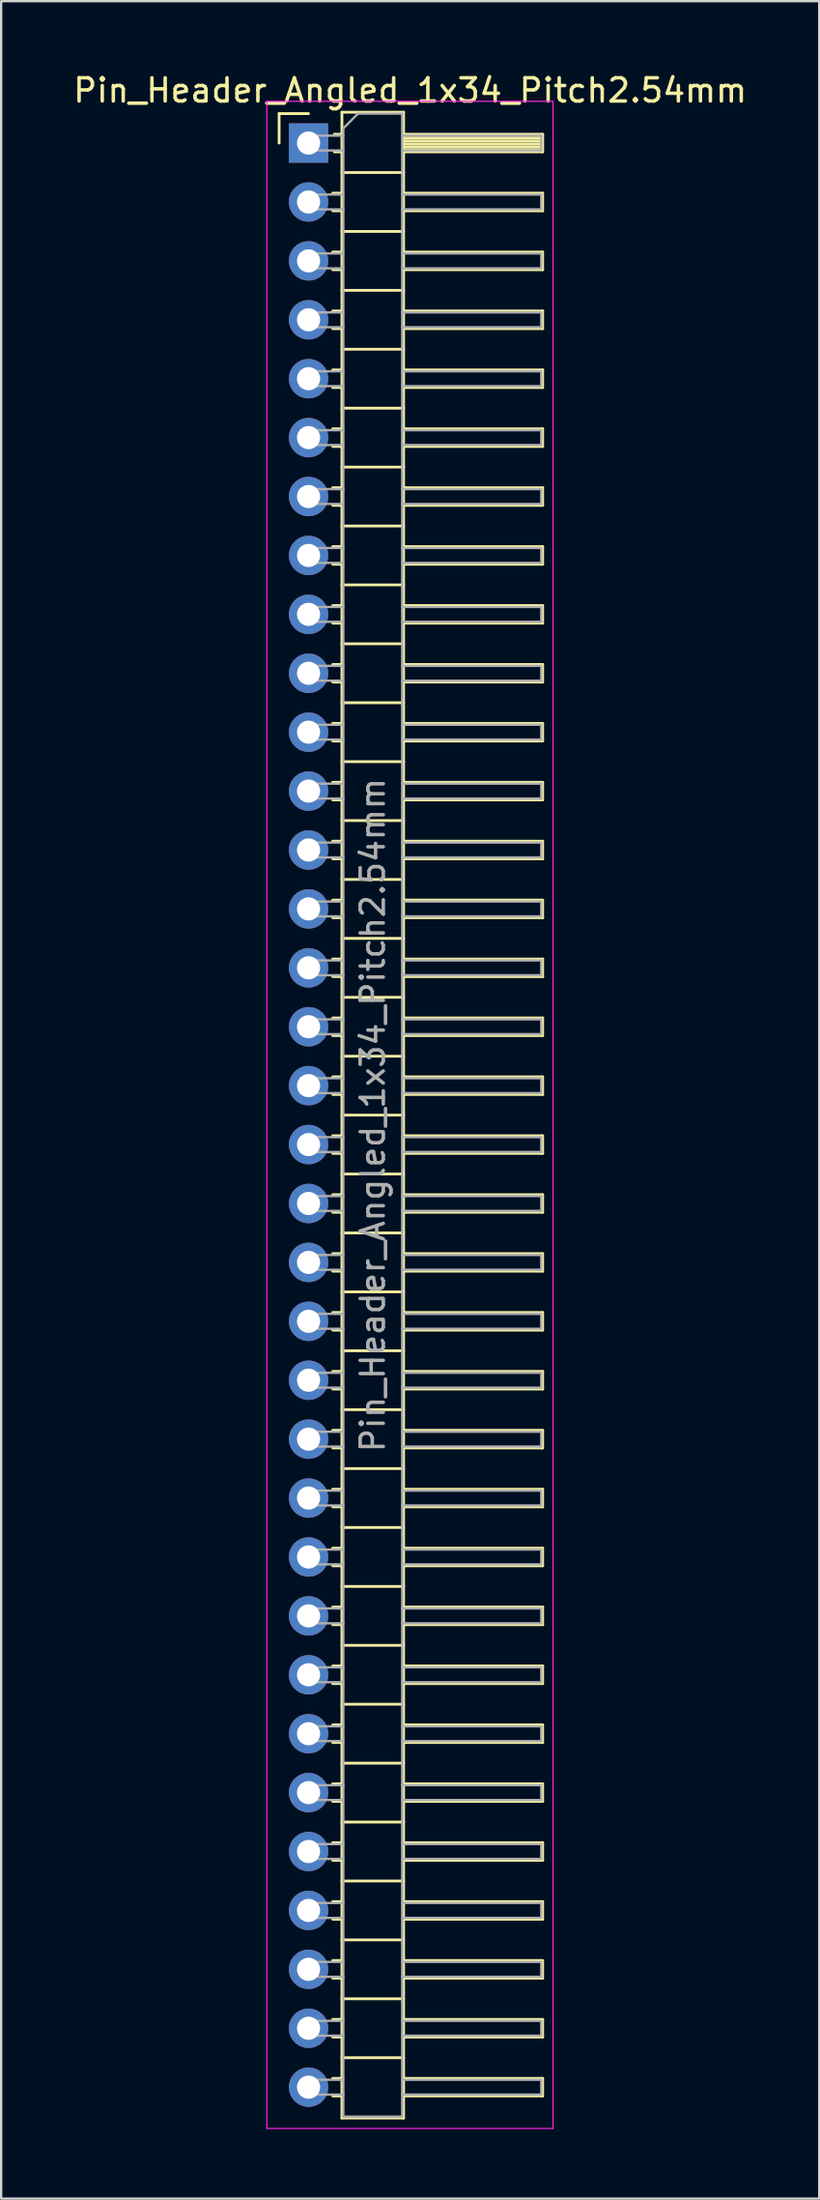
<source format=kicad_pcb>
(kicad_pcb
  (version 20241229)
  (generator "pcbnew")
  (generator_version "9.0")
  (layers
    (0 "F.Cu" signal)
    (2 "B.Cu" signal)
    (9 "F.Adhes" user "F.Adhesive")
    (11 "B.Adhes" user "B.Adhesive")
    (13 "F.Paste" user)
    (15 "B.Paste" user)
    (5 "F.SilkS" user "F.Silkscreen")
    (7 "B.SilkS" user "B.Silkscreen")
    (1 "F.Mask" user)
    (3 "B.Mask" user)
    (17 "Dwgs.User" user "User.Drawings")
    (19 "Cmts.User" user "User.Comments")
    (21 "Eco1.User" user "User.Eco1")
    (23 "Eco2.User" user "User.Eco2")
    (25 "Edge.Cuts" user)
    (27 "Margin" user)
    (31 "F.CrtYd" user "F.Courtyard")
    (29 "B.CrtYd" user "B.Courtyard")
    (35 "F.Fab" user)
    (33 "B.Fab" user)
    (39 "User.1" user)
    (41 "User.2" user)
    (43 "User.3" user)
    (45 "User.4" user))
  (footprint "Pin_Header_Angled_1x34_Pitch2.54mm"
    (layer "F.Cu")
    (at 10.264 3.118)
    (property "Reference" "Pin_Header_Angled_1x34_Pitch2.54mm" (at 4.385 -2.27 0) (layer "F.SilkS") (effects (font (size 1 1) (thickness 0.15))))
    (attr through_hole)
    (fp_line (start -1.27 -1.27) (end 0 -1.27) (stroke (width 0.12) (type solid)) (layer "F.SilkS"))
    (fp_line (start -1.27 0) (end -1.27 -1.27) (stroke (width 0.12) (type solid)) (layer "F.SilkS"))
    (fp_line (start 1.043 2.16) (end 1.44 2.16) (stroke (width 0.12) (type solid)) (layer "F.SilkS"))
    (fp_line (start 1.043 2.92) (end 1.44 2.92) (stroke (width 0.12) (type solid)) (layer "F.SilkS"))
    (fp_line (start 1.043 4.7) (end 1.44 4.7) (stroke (width 0.12) (type solid)) (layer "F.SilkS"))
    (fp_line (start 1.043 5.46) (end 1.44 5.46) (stroke (width 0.12) (type solid)) (layer "F.SilkS"))
    (fp_line (start 1.043 7.24) (end 1.44 7.24) (stroke (width 0.12) (type solid)) (layer "F.SilkS"))
    (fp_line (start 1.043 8) (end 1.44 8) (stroke (width 0.12) (type solid)) (layer "F.SilkS"))
    (fp_line (start 1.043 9.78) (end 1.44 9.78) (stroke (width 0.12) (type solid)) (layer "F.SilkS"))
    (fp_line (start 1.043 10.54) (end 1.44 10.54) (stroke (width 0.12) (type solid)) (layer "F.SilkS"))
    (fp_line (start 1.043 12.32) (end 1.44 12.32) (stroke (width 0.12) (type solid)) (layer "F.SilkS"))
    (fp_line (start 1.043 13.08) (end 1.44 13.08) (stroke (width 0.12) (type solid)) (layer "F.SilkS"))
    (fp_line (start 1.043 14.86) (end 1.44 14.86) (stroke (width 0.12) (type solid)) (layer "F.SilkS"))
    (fp_line (start 1.043 15.62) (end 1.44 15.62) (stroke (width 0.12) (type solid)) (layer "F.SilkS"))
    (fp_line (start 1.043 17.4) (end 1.44 17.4) (stroke (width 0.12) (type solid)) (layer "F.SilkS"))
    (fp_line (start 1.043 18.16) (end 1.44 18.16) (stroke (width 0.12) (type solid)) (layer "F.SilkS"))
    (fp_line (start 1.043 19.94) (end 1.44 19.94) (stroke (width 0.12) (type solid)) (layer "F.SilkS"))
    (fp_line (start 1.043 20.7) (end 1.44 20.7) (stroke (width 0.12) (type solid)) (layer "F.SilkS"))
    (fp_line (start 1.043 22.48) (end 1.44 22.48) (stroke (width 0.12) (type solid)) (layer "F.SilkS"))
    (fp_line (start 1.043 23.24) (end 1.44 23.24) (stroke (width 0.12) (type solid)) (layer "F.SilkS"))
    (fp_line (start 1.043 25.02) (end 1.44 25.02) (stroke (width 0.12) (type solid)) (layer "F.SilkS"))
    (fp_line (start 1.043 25.78) (end 1.44 25.78) (stroke (width 0.12) (type solid)) (layer "F.SilkS"))
    (fp_line (start 1.043 27.56) (end 1.44 27.56) (stroke (width 0.12) (type solid)) (layer "F.SilkS"))
    (fp_line (start 1.043 28.32) (end 1.44 28.32) (stroke (width 0.12) (type solid)) (layer "F.SilkS"))
    (fp_line (start 1.043 30.1) (end 1.44 30.1) (stroke (width 0.12) (type solid)) (layer "F.SilkS"))
    (fp_line (start 1.043 30.86) (end 1.44 30.86) (stroke (width 0.12) (type solid)) (layer "F.SilkS"))
    (fp_line (start 1.043 32.64) (end 1.44 32.64) (stroke (width 0.12) (type solid)) (layer "F.SilkS"))
    (fp_line (start 1.043 33.4) (end 1.44 33.4) (stroke (width 0.12) (type solid)) (layer "F.SilkS"))
    (fp_line (start 1.043 35.18) (end 1.44 35.18) (stroke (width 0.12) (type solid)) (layer "F.SilkS"))
    (fp_line (start 1.043 35.94) (end 1.44 35.94) (stroke (width 0.12) (type solid)) (layer "F.SilkS"))
    (fp_line (start 1.043 37.72) (end 1.44 37.72) (stroke (width 0.12) (type solid)) (layer "F.SilkS"))
    (fp_line (start 1.043 38.48) (end 1.44 38.48) (stroke (width 0.12) (type solid)) (layer "F.SilkS"))
    (fp_line (start 1.043 40.26) (end 1.44 40.26) (stroke (width 0.12) (type solid)) (layer "F.SilkS"))
    (fp_line (start 1.043 41.02) (end 1.44 41.02) (stroke (width 0.12) (type solid)) (layer "F.SilkS"))
    (fp_line (start 1.043 42.8) (end 1.44 42.8) (stroke (width 0.12) (type solid)) (layer "F.SilkS"))
    (fp_line (start 1.043 43.56) (end 1.44 43.56) (stroke (width 0.12) (type solid)) (layer "F.SilkS"))
    (fp_line (start 1.043 45.34) (end 1.44 45.34) (stroke (width 0.12) (type solid)) (layer "F.SilkS"))
    (fp_line (start 1.043 46.1) (end 1.44 46.1) (stroke (width 0.12) (type solid)) (layer "F.SilkS"))
    (fp_line (start 1.043 47.88) (end 1.44 47.88) (stroke (width 0.12) (type solid)) (layer "F.SilkS"))
    (fp_line (start 1.043 48.64) (end 1.44 48.64) (stroke (width 0.12) (type solid)) (layer "F.SilkS"))
    (fp_line (start 1.043 50.42) (end 1.44 50.42) (stroke (width 0.12) (type solid)) (layer "F.SilkS"))
    (fp_line (start 1.043 51.18) (end 1.44 51.18) (stroke (width 0.12) (type solid)) (layer "F.SilkS"))
    (fp_line (start 1.043 52.96) (end 1.44 52.96) (stroke (width 0.12) (type solid)) (layer "F.SilkS"))
    (fp_line (start 1.043 53.72) (end 1.44 53.72) (stroke (width 0.12) (type solid)) (layer "F.SilkS"))
    (fp_line (start 1.043 55.5) (end 1.44 55.5) (stroke (width 0.12) (type solid)) (layer "F.SilkS"))
    (fp_line (start 1.043 56.26) (end 1.44 56.26) (stroke (width 0.12) (type solid)) (layer "F.SilkS"))
    (fp_line (start 1.043 58.04) (end 1.44 58.04) (stroke (width 0.12) (type solid)) (layer "F.SilkS"))
    (fp_line (start 1.043 58.8) (end 1.44 58.8) (stroke (width 0.12) (type solid)) (layer "F.SilkS"))
    (fp_line (start 1.043 60.58) (end 1.44 60.58) (stroke (width 0.12) (type solid)) (layer "F.SilkS"))
    (fp_line (start 1.043 61.34) (end 1.44 61.34) (stroke (width 0.12) (type solid)) (layer "F.SilkS"))
    (fp_line (start 1.043 63.12) (end 1.44 63.12) (stroke (width 0.12) (type solid)) (layer "F.SilkS"))
    (fp_line (start 1.043 63.88) (end 1.44 63.88) (stroke (width 0.12) (type solid)) (layer "F.SilkS"))
    (fp_line (start 1.043 65.66) (end 1.44 65.66) (stroke (width 0.12) (type solid)) (layer "F.SilkS"))
    (fp_line (start 1.043 66.42) (end 1.44 66.42) (stroke (width 0.12) (type solid)) (layer "F.SilkS"))
    (fp_line (start 1.043 68.2) (end 1.44 68.2) (stroke (width 0.12) (type solid)) (layer "F.SilkS"))
    (fp_line (start 1.043 68.96) (end 1.44 68.96) (stroke (width 0.12) (type solid)) (layer "F.SilkS"))
    (fp_line (start 1.043 70.74) (end 1.44 70.74) (stroke (width 0.12) (type solid)) (layer "F.SilkS"))
    (fp_line (start 1.043 71.5) (end 1.44 71.5) (stroke (width 0.12) (type solid)) (layer "F.SilkS"))
    (fp_line (start 1.043 73.28) (end 1.44 73.28) (stroke (width 0.12) (type solid)) (layer "F.SilkS"))
    (fp_line (start 1.043 74.04) (end 1.44 74.04) (stroke (width 0.12) (type solid)) (layer "F.SilkS"))
    (fp_line (start 1.043 75.82) (end 1.44 75.82) (stroke (width 0.12) (type solid)) (layer "F.SilkS"))
    (fp_line (start 1.043 76.58) (end 1.44 76.58) (stroke (width 0.12) (type solid)) (layer "F.SilkS"))
    (fp_line (start 1.043 78.36) (end 1.44 78.36) (stroke (width 0.12) (type solid)) (layer "F.SilkS"))
    (fp_line (start 1.043 79.12) (end 1.44 79.12) (stroke (width 0.12) (type solid)) (layer "F.SilkS"))
    (fp_line (start 1.043 80.9) (end 1.44 80.9) (stroke (width 0.12) (type solid)) (layer "F.SilkS"))
    (fp_line (start 1.043 81.66) (end 1.44 81.66) (stroke (width 0.12) (type solid)) (layer "F.SilkS"))
    (fp_line (start 1.043 83.44) (end 1.44 83.44) (stroke (width 0.12) (type solid)) (layer "F.SilkS"))
    (fp_line (start 1.043 84.2) (end 1.44 84.2) (stroke (width 0.12) (type solid)) (layer "F.SilkS"))
    (fp_line (start 1.11 -0.38) (end 1.44 -0.38) (stroke (width 0.12) (type solid)) (layer "F.SilkS"))
    (fp_line (start 1.11 0.38) (end 1.44 0.38) (stroke (width 0.12) (type solid)) (layer "F.SilkS"))
    (fp_line (start 1.44 -1.33) (end 1.44 85.15) (stroke (width 0.12) (type solid)) (layer "F.SilkS"))
    (fp_line (start 1.44 1.27) (end 4.1 1.27) (stroke (width 0.12) (type solid)) (layer "F.SilkS"))
    (fp_line (start 1.44 3.81) (end 4.1 3.81) (stroke (width 0.12) (type solid)) (layer "F.SilkS"))
    (fp_line (start 1.44 6.35) (end 4.1 6.35) (stroke (width 0.12) (type solid)) (layer "F.SilkS"))
    (fp_line (start 1.44 8.89) (end 4.1 8.89) (stroke (width 0.12) (type solid)) (layer "F.SilkS"))
    (fp_line (start 1.44 11.43) (end 4.1 11.43) (stroke (width 0.12) (type solid)) (layer "F.SilkS"))
    (fp_line (start 1.44 13.97) (end 4.1 13.97) (stroke (width 0.12) (type solid)) (layer "F.SilkS"))
    (fp_line (start 1.44 16.51) (end 4.1 16.51) (stroke (width 0.12) (type solid)) (layer "F.SilkS"))
    (fp_line (start 1.44 19.05) (end 4.1 19.05) (stroke (width 0.12) (type solid)) (layer "F.SilkS"))
    (fp_line (start 1.44 21.59) (end 4.1 21.59) (stroke (width 0.12) (type solid)) (layer "F.SilkS"))
    (fp_line (start 1.44 24.13) (end 4.1 24.13) (stroke (width 0.12) (type solid)) (layer "F.SilkS"))
    (fp_line (start 1.44 26.67) (end 4.1 26.67) (stroke (width 0.12) (type solid)) (layer "F.SilkS"))
    (fp_line (start 1.44 29.21) (end 4.1 29.21) (stroke (width 0.12) (type solid)) (layer "F.SilkS"))
    (fp_line (start 1.44 31.75) (end 4.1 31.75) (stroke (width 0.12) (type solid)) (layer "F.SilkS"))
    (fp_line (start 1.44 34.29) (end 4.1 34.29) (stroke (width 0.12) (type solid)) (layer "F.SilkS"))
    (fp_line (start 1.44 36.83) (end 4.1 36.83) (stroke (width 0.12) (type solid)) (layer "F.SilkS"))
    (fp_line (start 1.44 39.37) (end 4.1 39.37) (stroke (width 0.12) (type solid)) (layer "F.SilkS"))
    (fp_line (start 1.44 41.91) (end 4.1 41.91) (stroke (width 0.12) (type solid)) (layer "F.SilkS"))
    (fp_line (start 1.44 44.45) (end 4.1 44.45) (stroke (width 0.12) (type solid)) (layer "F.SilkS"))
    (fp_line (start 1.44 46.99) (end 4.1 46.99) (stroke (width 0.12) (type solid)) (layer "F.SilkS"))
    (fp_line (start 1.44 49.53) (end 4.1 49.53) (stroke (width 0.12) (type solid)) (layer "F.SilkS"))
    (fp_line (start 1.44 52.07) (end 4.1 52.07) (stroke (width 0.12) (type solid)) (layer "F.SilkS"))
    (fp_line (start 1.44 54.61) (end 4.1 54.61) (stroke (width 0.12) (type solid)) (layer "F.SilkS"))
    (fp_line (start 1.44 57.15) (end 4.1 57.15) (stroke (width 0.12) (type solid)) (layer "F.SilkS"))
    (fp_line (start 1.44 59.69) (end 4.1 59.69) (stroke (width 0.12) (type solid)) (layer "F.SilkS"))
    (fp_line (start 1.44 62.23) (end 4.1 62.23) (stroke (width 0.12) (type solid)) (layer "F.SilkS"))
    (fp_line (start 1.44 64.77) (end 4.1 64.77) (stroke (width 0.12) (type solid)) (layer "F.SilkS"))
    (fp_line (start 1.44 67.31) (end 4.1 67.31) (stroke (width 0.12) (type solid)) (layer "F.SilkS"))
    (fp_line (start 1.44 69.85) (end 4.1 69.85) (stroke (width 0.12) (type solid)) (layer "F.SilkS"))
    (fp_line (start 1.44 72.39) (end 4.1 72.39) (stroke (width 0.12) (type solid)) (layer "F.SilkS"))
    (fp_line (start 1.44 74.93) (end 4.1 74.93) (stroke (width 0.12) (type solid)) (layer "F.SilkS"))
    (fp_line (start 1.44 77.47) (end 4.1 77.47) (stroke (width 0.12) (type solid)) (layer "F.SilkS"))
    (fp_line (start 1.44 80.01) (end 4.1 80.01) (stroke (width 0.12) (type solid)) (layer "F.SilkS"))
    (fp_line (start 1.44 82.55) (end 4.1 82.55) (stroke (width 0.12) (type solid)) (layer "F.SilkS"))
    (fp_line (start 1.44 85.15) (end 4.1 85.15) (stroke (width 0.12) (type solid)) (layer "F.SilkS"))
    (fp_line (start 4.1 -1.33) (end 1.44 -1.33) (stroke (width 0.12) (type solid)) (layer "F.SilkS"))
    (fp_line (start 4.1 -0.38) (end 10.1 -0.38) (stroke (width 0.12) (type solid)) (layer "F.SilkS"))
    (fp_line (start 4.1 -0.32) (end 10.1 -0.32) (stroke (width 0.12) (type solid)) (layer "F.SilkS"))
    (fp_line (start 4.1 -0.2) (end 10.1 -0.2) (stroke (width 0.12) (type solid)) (layer "F.SilkS"))
    (fp_line (start 4.1 -0.08) (end 10.1 -0.08) (stroke (width 0.12) (type solid)) (layer "F.SilkS"))
    (fp_line (start 4.1 0.04) (end 10.1 0.04) (stroke (width 0.12) (type solid)) (layer "F.SilkS"))
    (fp_line (start 4.1 0.16) (end 10.1 0.16) (stroke (width 0.12) (type solid)) (layer "F.SilkS"))
    (fp_line (start 4.1 0.28) (end 10.1 0.28) (stroke (width 0.12) (type solid)) (layer "F.SilkS"))
    (fp_line (start 4.1 2.16) (end 10.1 2.16) (stroke (width 0.12) (type solid)) (layer "F.SilkS"))
    (fp_line (start 4.1 4.7) (end 10.1 4.7) (stroke (width 0.12) (type solid)) (layer "F.SilkS"))
    (fp_line (start 4.1 7.24) (end 10.1 7.24) (stroke (width 0.12) (type solid)) (layer "F.SilkS"))
    (fp_line (start 4.1 9.78) (end 10.1 9.78) (stroke (width 0.12) (type solid)) (layer "F.SilkS"))
    (fp_line (start 4.1 12.32) (end 10.1 12.32) (stroke (width 0.12) (type solid)) (layer "F.SilkS"))
    (fp_line (start 4.1 14.86) (end 10.1 14.86) (stroke (width 0.12) (type solid)) (layer "F.SilkS"))
    (fp_line (start 4.1 17.4) (end 10.1 17.4) (stroke (width 0.12) (type solid)) (layer "F.SilkS"))
    (fp_line (start 4.1 19.94) (end 10.1 19.94) (stroke (width 0.12) (type solid)) (layer "F.SilkS"))
    (fp_line (start 4.1 22.48) (end 10.1 22.48) (stroke (width 0.12) (type solid)) (layer "F.SilkS"))
    (fp_line (start 4.1 25.02) (end 10.1 25.02) (stroke (width 0.12) (type solid)) (layer "F.SilkS"))
    (fp_line (start 4.1 27.56) (end 10.1 27.56) (stroke (width 0.12) (type solid)) (layer "F.SilkS"))
    (fp_line (start 4.1 30.1) (end 10.1 30.1) (stroke (width 0.12) (type solid)) (layer "F.SilkS"))
    (fp_line (start 4.1 32.64) (end 10.1 32.64) (stroke (width 0.12) (type solid)) (layer "F.SilkS"))
    (fp_line (start 4.1 35.18) (end 10.1 35.18) (stroke (width 0.12) (type solid)) (layer "F.SilkS"))
    (fp_line (start 4.1 37.72) (end 10.1 37.72) (stroke (width 0.12) (type solid)) (layer "F.SilkS"))
    (fp_line (start 4.1 40.26) (end 10.1 40.26) (stroke (width 0.12) (type solid)) (layer "F.SilkS"))
    (fp_line (start 4.1 42.8) (end 10.1 42.8) (stroke (width 0.12) (type solid)) (layer "F.SilkS"))
    (fp_line (start 4.1 45.34) (end 10.1 45.34) (stroke (width 0.12) (type solid)) (layer "F.SilkS"))
    (fp_line (start 4.1 47.88) (end 10.1 47.88) (stroke (width 0.12) (type solid)) (layer "F.SilkS"))
    (fp_line (start 4.1 50.42) (end 10.1 50.42) (stroke (width 0.12) (type solid)) (layer "F.SilkS"))
    (fp_line (start 4.1 52.96) (end 10.1 52.96) (stroke (width 0.12) (type solid)) (layer "F.SilkS"))
    (fp_line (start 4.1 55.5) (end 10.1 55.5) (stroke (width 0.12) (type solid)) (layer "F.SilkS"))
    (fp_line (start 4.1 58.04) (end 10.1 58.04) (stroke (width 0.12) (type solid)) (layer "F.SilkS"))
    (fp_line (start 4.1 60.58) (end 10.1 60.58) (stroke (width 0.12) (type solid)) (layer "F.SilkS"))
    (fp_line (start 4.1 63.12) (end 10.1 63.12) (stroke (width 0.12) (type solid)) (layer "F.SilkS"))
    (fp_line (start 4.1 65.66) (end 10.1 65.66) (stroke (width 0.12) (type solid)) (layer "F.SilkS"))
    (fp_line (start 4.1 68.2) (end 10.1 68.2) (stroke (width 0.12) (type solid)) (layer "F.SilkS"))
    (fp_line (start 4.1 70.74) (end 10.1 70.74) (stroke (width 0.12) (type solid)) (layer "F.SilkS"))
    (fp_line (start 4.1 73.28) (end 10.1 73.28) (stroke (width 0.12) (type solid)) (layer "F.SilkS"))
    (fp_line (start 4.1 75.82) (end 10.1 75.82) (stroke (width 0.12) (type solid)) (layer "F.SilkS"))
    (fp_line (start 4.1 78.36) (end 10.1 78.36) (stroke (width 0.12) (type solid)) (layer "F.SilkS"))
    (fp_line (start 4.1 80.9) (end 10.1 80.9) (stroke (width 0.12) (type solid)) (layer "F.SilkS"))
    (fp_line (start 4.1 83.44) (end 10.1 83.44) (stroke (width 0.12) (type solid)) (layer "F.SilkS"))
    (fp_line (start 4.1 85.15) (end 4.1 -1.33) (stroke (width 0.12) (type solid)) (layer "F.SilkS"))
    (fp_line (start 10.1 -0.38) (end 10.1 0.38) (stroke (width 0.12) (type solid)) (layer "F.SilkS"))
    (fp_line (start 10.1 0.38) (end 4.1 0.38) (stroke (width 0.12) (type solid)) (layer "F.SilkS"))
    (fp_line (start 10.1 2.16) (end 10.1 2.92) (stroke (width 0.12) (type solid)) (layer "F.SilkS"))
    (fp_line (start 10.1 2.92) (end 4.1 2.92) (stroke (width 0.12) (type solid)) (layer "F.SilkS"))
    (fp_line (start 10.1 4.7) (end 10.1 5.46) (stroke (width 0.12) (type solid)) (layer "F.SilkS"))
    (fp_line (start 10.1 5.46) (end 4.1 5.46) (stroke (width 0.12) (type solid)) (layer "F.SilkS"))
    (fp_line (start 10.1 7.24) (end 10.1 8) (stroke (width 0.12) (type solid)) (layer "F.SilkS"))
    (fp_line (start 10.1 8) (end 4.1 8) (stroke (width 0.12) (type solid)) (layer "F.SilkS"))
    (fp_line (start 10.1 9.78) (end 10.1 10.54) (stroke (width 0.12) (type solid)) (layer "F.SilkS"))
    (fp_line (start 10.1 10.54) (end 4.1 10.54) (stroke (width 0.12) (type solid)) (layer "F.SilkS"))
    (fp_line (start 10.1 12.32) (end 10.1 13.08) (stroke (width 0.12) (type solid)) (layer "F.SilkS"))
    (fp_line (start 10.1 13.08) (end 4.1 13.08) (stroke (width 0.12) (type solid)) (layer "F.SilkS"))
    (fp_line (start 10.1 14.86) (end 10.1 15.62) (stroke (width 0.12) (type solid)) (layer "F.SilkS"))
    (fp_line (start 10.1 15.62) (end 4.1 15.62) (stroke (width 0.12) (type solid)) (layer "F.SilkS"))
    (fp_line (start 10.1 17.4) (end 10.1 18.16) (stroke (width 0.12) (type solid)) (layer "F.SilkS"))
    (fp_line (start 10.1 18.16) (end 4.1 18.16) (stroke (width 0.12) (type solid)) (layer "F.SilkS"))
    (fp_line (start 10.1 19.94) (end 10.1 20.7) (stroke (width 0.12) (type solid)) (layer "F.SilkS"))
    (fp_line (start 10.1 20.7) (end 4.1 20.7) (stroke (width 0.12) (type solid)) (layer "F.SilkS"))
    (fp_line (start 10.1 22.48) (end 10.1 23.24) (stroke (width 0.12) (type solid)) (layer "F.SilkS"))
    (fp_line (start 10.1 23.24) (end 4.1 23.24) (stroke (width 0.12) (type solid)) (layer "F.SilkS"))
    (fp_line (start 10.1 25.02) (end 10.1 25.78) (stroke (width 0.12) (type solid)) (layer "F.SilkS"))
    (fp_line (start 10.1 25.78) (end 4.1 25.78) (stroke (width 0.12) (type solid)) (layer "F.SilkS"))
    (fp_line (start 10.1 27.56) (end 10.1 28.32) (stroke (width 0.12) (type solid)) (layer "F.SilkS"))
    (fp_line (start 10.1 28.32) (end 4.1 28.32) (stroke (width 0.12) (type solid)) (layer "F.SilkS"))
    (fp_line (start 10.1 30.1) (end 10.1 30.86) (stroke (width 0.12) (type solid)) (layer "F.SilkS"))
    (fp_line (start 10.1 30.86) (end 4.1 30.86) (stroke (width 0.12) (type solid)) (layer "F.SilkS"))
    (fp_line (start 10.1 32.64) (end 10.1 33.4) (stroke (width 0.12) (type solid)) (layer "F.SilkS"))
    (fp_line (start 10.1 33.4) (end 4.1 33.4) (stroke (width 0.12) (type solid)) (layer "F.SilkS"))
    (fp_line (start 10.1 35.18) (end 10.1 35.94) (stroke (width 0.12) (type solid)) (layer "F.SilkS"))
    (fp_line (start 10.1 35.94) (end 4.1 35.94) (stroke (width 0.12) (type solid)) (layer "F.SilkS"))
    (fp_line (start 10.1 37.72) (end 10.1 38.48) (stroke (width 0.12) (type solid)) (layer "F.SilkS"))
    (fp_line (start 10.1 38.48) (end 4.1 38.48) (stroke (width 0.12) (type solid)) (layer "F.SilkS"))
    (fp_line (start 10.1 40.26) (end 10.1 41.02) (stroke (width 0.12) (type solid)) (layer "F.SilkS"))
    (fp_line (start 10.1 41.02) (end 4.1 41.02) (stroke (width 0.12) (type solid)) (layer "F.SilkS"))
    (fp_line (start 10.1 42.8) (end 10.1 43.56) (stroke (width 0.12) (type solid)) (layer "F.SilkS"))
    (fp_line (start 10.1 43.56) (end 4.1 43.56) (stroke (width 0.12) (type solid)) (layer "F.SilkS"))
    (fp_line (start 10.1 45.34) (end 10.1 46.1) (stroke (width 0.12) (type solid)) (layer "F.SilkS"))
    (fp_line (start 10.1 46.1) (end 4.1 46.1) (stroke (width 0.12) (type solid)) (layer "F.SilkS"))
    (fp_line (start 10.1 47.88) (end 10.1 48.64) (stroke (width 0.12) (type solid)) (layer "F.SilkS"))
    (fp_line (start 10.1 48.64) (end 4.1 48.64) (stroke (width 0.12) (type solid)) (layer "F.SilkS"))
    (fp_line (start 10.1 50.42) (end 10.1 51.18) (stroke (width 0.12) (type solid)) (layer "F.SilkS"))
    (fp_line (start 10.1 51.18) (end 4.1 51.18) (stroke (width 0.12) (type solid)) (layer "F.SilkS"))
    (fp_line (start 10.1 52.96) (end 10.1 53.72) (stroke (width 0.12) (type solid)) (layer "F.SilkS"))
    (fp_line (start 10.1 53.72) (end 4.1 53.72) (stroke (width 0.12) (type solid)) (layer "F.SilkS"))
    (fp_line (start 10.1 55.5) (end 10.1 56.26) (stroke (width 0.12) (type solid)) (layer "F.SilkS"))
    (fp_line (start 10.1 56.26) (end 4.1 56.26) (stroke (width 0.12) (type solid)) (layer "F.SilkS"))
    (fp_line (start 10.1 58.04) (end 10.1 58.8) (stroke (width 0.12) (type solid)) (layer "F.SilkS"))
    (fp_line (start 10.1 58.8) (end 4.1 58.8) (stroke (width 0.12) (type solid)) (layer "F.SilkS"))
    (fp_line (start 10.1 60.58) (end 10.1 61.34) (stroke (width 0.12) (type solid)) (layer "F.SilkS"))
    (fp_line (start 10.1 61.34) (end 4.1 61.34) (stroke (width 0.12) (type solid)) (layer "F.SilkS"))
    (fp_line (start 10.1 63.12) (end 10.1 63.88) (stroke (width 0.12) (type solid)) (layer "F.SilkS"))
    (fp_line (start 10.1 63.88) (end 4.1 63.88) (stroke (width 0.12) (type solid)) (layer "F.SilkS"))
    (fp_line (start 10.1 65.66) (end 10.1 66.42) (stroke (width 0.12) (type solid)) (layer "F.SilkS"))
    (fp_line (start 10.1 66.42) (end 4.1 66.42) (stroke (width 0.12) (type solid)) (layer "F.SilkS"))
    (fp_line (start 10.1 68.2) (end 10.1 68.96) (stroke (width 0.12) (type solid)) (layer "F.SilkS"))
    (fp_line (start 10.1 68.96) (end 4.1 68.96) (stroke (width 0.12) (type solid)) (layer "F.SilkS"))
    (fp_line (start 10.1 70.74) (end 10.1 71.5) (stroke (width 0.12) (type solid)) (layer "F.SilkS"))
    (fp_line (start 10.1 71.5) (end 4.1 71.5) (stroke (width 0.12) (type solid)) (layer "F.SilkS"))
    (fp_line (start 10.1 73.28) (end 10.1 74.04) (stroke (width 0.12) (type solid)) (layer "F.SilkS"))
    (fp_line (start 10.1 74.04) (end 4.1 74.04) (stroke (width 0.12) (type solid)) (layer "F.SilkS"))
    (fp_line (start 10.1 75.82) (end 10.1 76.58) (stroke (width 0.12) (type solid)) (layer "F.SilkS"))
    (fp_line (start 10.1 76.58) (end 4.1 76.58) (stroke (width 0.12) (type solid)) (layer "F.SilkS"))
    (fp_line (start 10.1 78.36) (end 10.1 79.12) (stroke (width 0.12) (type solid)) (layer "F.SilkS"))
    (fp_line (start 10.1 79.12) (end 4.1 79.12) (stroke (width 0.12) (type solid)) (layer "F.SilkS"))
    (fp_line (start 10.1 80.9) (end 10.1 81.66) (stroke (width 0.12) (type solid)) (layer "F.SilkS"))
    (fp_line (start 10.1 81.66) (end 4.1 81.66) (stroke (width 0.12) (type solid)) (layer "F.SilkS"))
    (fp_line (start 10.1 83.44) (end 10.1 84.2) (stroke (width 0.12) (type solid)) (layer "F.SilkS"))
    (fp_line (start 10.1 84.2) (end 4.1 84.2) (stroke (width 0.12) (type solid)) (layer "F.SilkS"))
    (fp_line (start -1.8 -1.8) (end -1.8 85.6) (stroke (width 0.05) (type solid)) (layer "F.CrtYd"))
    (fp_line (start -1.8 85.6) (end 10.55 85.6) (stroke (width 0.05) (type solid)) (layer "F.CrtYd"))
    (fp_line (start 10.55 -1.8) (end -1.8 -1.8) (stroke (width 0.05) (type solid)) (layer "F.CrtYd"))
    (fp_line (start 10.55 85.6) (end 10.55 -1.8) (stroke (width 0.05) (type solid)) (layer "F.CrtYd"))
    (fp_line (start -0.32 -0.32) (end -0.32 0.32) (stroke (width 0.1) (type solid)) (layer "F.Fab"))
    (fp_line (start -0.32 -0.32) (end 1.5 -0.32) (stroke (width 0.1) (type solid)) (layer "F.Fab"))
    (fp_line (start -0.32 0.32) (end 1.5 0.32) (stroke (width 0.1) (type solid)) (layer "F.Fab"))
    (fp_line (start -0.32 2.22) (end -0.32 2.86) (stroke (width 0.1) (type solid)) (layer "F.Fab"))
    (fp_line (start -0.32 2.22) (end 1.5 2.22) (stroke (width 0.1) (type solid)) (layer "F.Fab"))
    (fp_line (start -0.32 2.86) (end 1.5 2.86) (stroke (width 0.1) (type solid)) (layer "F.Fab"))
    (fp_line (start -0.32 4.76) (end -0.32 5.4) (stroke (width 0.1) (type solid)) (layer "F.Fab"))
    (fp_line (start -0.32 4.76) (end 1.5 4.76) (stroke (width 0.1) (type solid)) (layer "F.Fab"))
    (fp_line (start -0.32 5.4) (end 1.5 5.4) (stroke (width 0.1) (type solid)) (layer "F.Fab"))
    (fp_line (start -0.32 7.3) (end -0.32 7.94) (stroke (width 0.1) (type solid)) (layer "F.Fab"))
    (fp_line (start -0.32 7.3) (end 1.5 7.3) (stroke (width 0.1) (type solid)) (layer "F.Fab"))
    (fp_line (start -0.32 7.94) (end 1.5 7.94) (stroke (width 0.1) (type solid)) (layer "F.Fab"))
    (fp_line (start -0.32 9.84) (end -0.32 10.48) (stroke (width 0.1) (type solid)) (layer "F.Fab"))
    (fp_line (start -0.32 9.84) (end 1.5 9.84) (stroke (width 0.1) (type solid)) (layer "F.Fab"))
    (fp_line (start -0.32 10.48) (end 1.5 10.48) (stroke (width 0.1) (type solid)) (layer "F.Fab"))
    (fp_line (start -0.32 12.38) (end -0.32 13.02) (stroke (width 0.1) (type solid)) (layer "F.Fab"))
    (fp_line (start -0.32 12.38) (end 1.5 12.38) (stroke (width 0.1) (type solid)) (layer "F.Fab"))
    (fp_line (start -0.32 13.02) (end 1.5 13.02) (stroke (width 0.1) (type solid)) (layer "F.Fab"))
    (fp_line (start -0.32 14.92) (end -0.32 15.56) (stroke (width 0.1) (type solid)) (layer "F.Fab"))
    (fp_line (start -0.32 14.92) (end 1.5 14.92) (stroke (width 0.1) (type solid)) (layer "F.Fab"))
    (fp_line (start -0.32 15.56) (end 1.5 15.56) (stroke (width 0.1) (type solid)) (layer "F.Fab"))
    (fp_line (start -0.32 17.46) (end -0.32 18.1) (stroke (width 0.1) (type solid)) (layer "F.Fab"))
    (fp_line (start -0.32 17.46) (end 1.5 17.46) (stroke (width 0.1) (type solid)) (layer "F.Fab"))
    (fp_line (start -0.32 18.1) (end 1.5 18.1) (stroke (width 0.1) (type solid)) (layer "F.Fab"))
    (fp_line (start -0.32 20) (end -0.32 20.64) (stroke (width 0.1) (type solid)) (layer "F.Fab"))
    (fp_line (start -0.32 20) (end 1.5 20) (stroke (width 0.1) (type solid)) (layer "F.Fab"))
    (fp_line (start -0.32 20.64) (end 1.5 20.64) (stroke (width 0.1) (type solid)) (layer "F.Fab"))
    (fp_line (start -0.32 22.54) (end -0.32 23.18) (stroke (width 0.1) (type solid)) (layer "F.Fab"))
    (fp_line (start -0.32 22.54) (end 1.5 22.54) (stroke (width 0.1) (type solid)) (layer "F.Fab"))
    (fp_line (start -0.32 23.18) (end 1.5 23.18) (stroke (width 0.1) (type solid)) (layer "F.Fab"))
    (fp_line (start -0.32 25.08) (end -0.32 25.72) (stroke (width 0.1) (type solid)) (layer "F.Fab"))
    (fp_line (start -0.32 25.08) (end 1.5 25.08) (stroke (width 0.1) (type solid)) (layer "F.Fab"))
    (fp_line (start -0.32 25.72) (end 1.5 25.72) (stroke (width 0.1) (type solid)) (layer "F.Fab"))
    (fp_line (start -0.32 27.62) (end -0.32 28.26) (stroke (width 0.1) (type solid)) (layer "F.Fab"))
    (fp_line (start -0.32 27.62) (end 1.5 27.62) (stroke (width 0.1) (type solid)) (layer "F.Fab"))
    (fp_line (start -0.32 28.26) (end 1.5 28.26) (stroke (width 0.1) (type solid)) (layer "F.Fab"))
    (fp_line (start -0.32 30.16) (end -0.32 30.8) (stroke (width 0.1) (type solid)) (layer "F.Fab"))
    (fp_line (start -0.32 30.16) (end 1.5 30.16) (stroke (width 0.1) (type solid)) (layer "F.Fab"))
    (fp_line (start -0.32 30.8) (end 1.5 30.8) (stroke (width 0.1) (type solid)) (layer "F.Fab"))
    (fp_line (start -0.32 32.7) (end -0.32 33.34) (stroke (width 0.1) (type solid)) (layer "F.Fab"))
    (fp_line (start -0.32 32.7) (end 1.5 32.7) (stroke (width 0.1) (type solid)) (layer "F.Fab"))
    (fp_line (start -0.32 33.34) (end 1.5 33.34) (stroke (width 0.1) (type solid)) (layer "F.Fab"))
    (fp_line (start -0.32 35.24) (end -0.32 35.88) (stroke (width 0.1) (type solid)) (layer "F.Fab"))
    (fp_line (start -0.32 35.24) (end 1.5 35.24) (stroke (width 0.1) (type solid)) (layer "F.Fab"))
    (fp_line (start -0.32 35.88) (end 1.5 35.88) (stroke (width 0.1) (type solid)) (layer "F.Fab"))
    (fp_line (start -0.32 37.78) (end -0.32 38.42) (stroke (width 0.1) (type solid)) (layer "F.Fab"))
    (fp_line (start -0.32 37.78) (end 1.5 37.78) (stroke (width 0.1) (type solid)) (layer "F.Fab"))
    (fp_line (start -0.32 38.42) (end 1.5 38.42) (stroke (width 0.1) (type solid)) (layer "F.Fab"))
    (fp_line (start -0.32 40.32) (end -0.32 40.96) (stroke (width 0.1) (type solid)) (layer "F.Fab"))
    (fp_line (start -0.32 40.32) (end 1.5 40.32) (stroke (width 0.1) (type solid)) (layer "F.Fab"))
    (fp_line (start -0.32 40.96) (end 1.5 40.96) (stroke (width 0.1) (type solid)) (layer "F.Fab"))
    (fp_line (start -0.32 42.86) (end -0.32 43.5) (stroke (width 0.1) (type solid)) (layer "F.Fab"))
    (fp_line (start -0.32 42.86) (end 1.5 42.86) (stroke (width 0.1) (type solid)) (layer "F.Fab"))
    (fp_line (start -0.32 43.5) (end 1.5 43.5) (stroke (width 0.1) (type solid)) (layer "F.Fab"))
    (fp_line (start -0.32 45.4) (end -0.32 46.04) (stroke (width 0.1) (type solid)) (layer "F.Fab"))
    (fp_line (start -0.32 45.4) (end 1.5 45.4) (stroke (width 0.1) (type solid)) (layer "F.Fab"))
    (fp_line (start -0.32 46.04) (end 1.5 46.04) (stroke (width 0.1) (type solid)) (layer "F.Fab"))
    (fp_line (start -0.32 47.94) (end -0.32 48.58) (stroke (width 0.1) (type solid)) (layer "F.Fab"))
    (fp_line (start -0.32 47.94) (end 1.5 47.94) (stroke (width 0.1) (type solid)) (layer "F.Fab"))
    (fp_line (start -0.32 48.58) (end 1.5 48.58) (stroke (width 0.1) (type solid)) (layer "F.Fab"))
    (fp_line (start -0.32 50.48) (end -0.32 51.12) (stroke (width 0.1) (type solid)) (layer "F.Fab"))
    (fp_line (start -0.32 50.48) (end 1.5 50.48) (stroke (width 0.1) (type solid)) (layer "F.Fab"))
    (fp_line (start -0.32 51.12) (end 1.5 51.12) (stroke (width 0.1) (type solid)) (layer "F.Fab"))
    (fp_line (start -0.32 53.02) (end -0.32 53.66) (stroke (width 0.1) (type solid)) (layer "F.Fab"))
    (fp_line (start -0.32 53.02) (end 1.5 53.02) (stroke (width 0.1) (type solid)) (layer "F.Fab"))
    (fp_line (start -0.32 53.66) (end 1.5 53.66) (stroke (width 0.1) (type solid)) (layer "F.Fab"))
    (fp_line (start -0.32 55.56) (end -0.32 56.2) (stroke (width 0.1) (type solid)) (layer "F.Fab"))
    (fp_line (start -0.32 55.56) (end 1.5 55.56) (stroke (width 0.1) (type solid)) (layer "F.Fab"))
    (fp_line (start -0.32 56.2) (end 1.5 56.2) (stroke (width 0.1) (type solid)) (layer "F.Fab"))
    (fp_line (start -0.32 58.1) (end -0.32 58.74) (stroke (width 0.1) (type solid)) (layer "F.Fab"))
    (fp_line (start -0.32 58.1) (end 1.5 58.1) (stroke (width 0.1) (type solid)) (layer "F.Fab"))
    (fp_line (start -0.32 58.74) (end 1.5 58.74) (stroke (width 0.1) (type solid)) (layer "F.Fab"))
    (fp_line (start -0.32 60.64) (end -0.32 61.28) (stroke (width 0.1) (type solid)) (layer "F.Fab"))
    (fp_line (start -0.32 60.64) (end 1.5 60.64) (stroke (width 0.1) (type solid)) (layer "F.Fab"))
    (fp_line (start -0.32 61.28) (end 1.5 61.28) (stroke (width 0.1) (type solid)) (layer "F.Fab"))
    (fp_line (start -0.32 63.18) (end -0.32 63.82) (stroke (width 0.1) (type solid)) (layer "F.Fab"))
    (fp_line (start -0.32 63.18) (end 1.5 63.18) (stroke (width 0.1) (type solid)) (layer "F.Fab"))
    (fp_line (start -0.32 63.82) (end 1.5 63.82) (stroke (width 0.1) (type solid)) (layer "F.Fab"))
    (fp_line (start -0.32 65.72) (end -0.32 66.36) (stroke (width 0.1) (type solid)) (layer "F.Fab"))
    (fp_line (start -0.32 65.72) (end 1.5 65.72) (stroke (width 0.1) (type solid)) (layer "F.Fab"))
    (fp_line (start -0.32 66.36) (end 1.5 66.36) (stroke (width 0.1) (type solid)) (layer "F.Fab"))
    (fp_line (start -0.32 68.26) (end -0.32 68.9) (stroke (width 0.1) (type solid)) (layer "F.Fab"))
    (fp_line (start -0.32 68.26) (end 1.5 68.26) (stroke (width 0.1) (type solid)) (layer "F.Fab"))
    (fp_line (start -0.32 68.9) (end 1.5 68.9) (stroke (width 0.1) (type solid)) (layer "F.Fab"))
    (fp_line (start -0.32 70.8) (end -0.32 71.44) (stroke (width 0.1) (type solid)) (layer "F.Fab"))
    (fp_line (start -0.32 70.8) (end 1.5 70.8) (stroke (width 0.1) (type solid)) (layer "F.Fab"))
    (fp_line (start -0.32 71.44) (end 1.5 71.44) (stroke (width 0.1) (type solid)) (layer "F.Fab"))
    (fp_line (start -0.32 73.34) (end -0.32 73.98) (stroke (width 0.1) (type solid)) (layer "F.Fab"))
    (fp_line (start -0.32 73.34) (end 1.5 73.34) (stroke (width 0.1) (type solid)) (layer "F.Fab"))
    (fp_line (start -0.32 73.98) (end 1.5 73.98) (stroke (width 0.1) (type solid)) (layer "F.Fab"))
    (fp_line (start -0.32 75.88) (end -0.32 76.52) (stroke (width 0.1) (type solid)) (layer "F.Fab"))
    (fp_line (start -0.32 75.88) (end 1.5 75.88) (stroke (width 0.1) (type solid)) (layer "F.Fab"))
    (fp_line (start -0.32 76.52) (end 1.5 76.52) (stroke (width 0.1) (type solid)) (layer "F.Fab"))
    (fp_line (start -0.32 78.42) (end -0.32 79.06) (stroke (width 0.1) (type solid)) (layer "F.Fab"))
    (fp_line (start -0.32 78.42) (end 1.5 78.42) (stroke (width 0.1) (type solid)) (layer "F.Fab"))
    (fp_line (start -0.32 79.06) (end 1.5 79.06) (stroke (width 0.1) (type solid)) (layer "F.Fab"))
    (fp_line (start -0.32 80.96) (end -0.32 81.6) (stroke (width 0.1) (type solid)) (layer "F.Fab"))
    (fp_line (start -0.32 80.96) (end 1.5 80.96) (stroke (width 0.1) (type solid)) (layer "F.Fab"))
    (fp_line (start -0.32 81.6) (end 1.5 81.6) (stroke (width 0.1) (type solid)) (layer "F.Fab"))
    (fp_line (start -0.32 83.5) (end -0.32 84.14) (stroke (width 0.1) (type solid)) (layer "F.Fab"))
    (fp_line (start -0.32 83.5) (end 1.5 83.5) (stroke (width 0.1) (type solid)) (layer "F.Fab"))
    (fp_line (start -0.32 84.14) (end 1.5 84.14) (stroke (width 0.1) (type solid)) (layer "F.Fab"))
    (fp_line (start 1.5 -0.635) (end 2.135 -1.27) (stroke (width 0.1) (type solid)) (layer "F.Fab"))
    (fp_line (start 1.5 85.09) (end 1.5 -0.635) (stroke (width 0.1) (type solid)) (layer "F.Fab"))
    (fp_line (start 2.135 -1.27) (end 4.04 -1.27) (stroke (width 0.1) (type solid)) (layer "F.Fab"))
    (fp_line (start 4.04 -1.27) (end 4.04 85.09) (stroke (width 0.1) (type solid)) (layer "F.Fab"))
    (fp_line (start 4.04 -0.32) (end 10.04 -0.32) (stroke (width 0.1) (type solid)) (layer "F.Fab"))
    (fp_line (start 4.04 0.32) (end 10.04 0.32) (stroke (width 0.1) (type solid)) (layer "F.Fab"))
    (fp_line (start 4.04 2.22) (end 10.04 2.22) (stroke (width 0.1) (type solid)) (layer "F.Fab"))
    (fp_line (start 4.04 2.86) (end 10.04 2.86) (stroke (width 0.1) (type solid)) (layer "F.Fab"))
    (fp_line (start 4.04 4.76) (end 10.04 4.76) (stroke (width 0.1) (type solid)) (layer "F.Fab"))
    (fp_line (start 4.04 5.4) (end 10.04 5.4) (stroke (width 0.1) (type solid)) (layer "F.Fab"))
    (fp_line (start 4.04 7.3) (end 10.04 7.3) (stroke (width 0.1) (type solid)) (layer "F.Fab"))
    (fp_line (start 4.04 7.94) (end 10.04 7.94) (stroke (width 0.1) (type solid)) (layer "F.Fab"))
    (fp_line (start 4.04 9.84) (end 10.04 9.84) (stroke (width 0.1) (type solid)) (layer "F.Fab"))
    (fp_line (start 4.04 10.48) (end 10.04 10.48) (stroke (width 0.1) (type solid)) (layer "F.Fab"))
    (fp_line (start 4.04 12.38) (end 10.04 12.38) (stroke (width 0.1) (type solid)) (layer "F.Fab"))
    (fp_line (start 4.04 13.02) (end 10.04 13.02) (stroke (width 0.1) (type solid)) (layer "F.Fab"))
    (fp_line (start 4.04 14.92) (end 10.04 14.92) (stroke (width 0.1) (type solid)) (layer "F.Fab"))
    (fp_line (start 4.04 15.56) (end 10.04 15.56) (stroke (width 0.1) (type solid)) (layer "F.Fab"))
    (fp_line (start 4.04 17.46) (end 10.04 17.46) (stroke (width 0.1) (type solid)) (layer "F.Fab"))
    (fp_line (start 4.04 18.1) (end 10.04 18.1) (stroke (width 0.1) (type solid)) (layer "F.Fab"))
    (fp_line (start 4.04 20) (end 10.04 20) (stroke (width 0.1) (type solid)) (layer "F.Fab"))
    (fp_line (start 4.04 20.64) (end 10.04 20.64) (stroke (width 0.1) (type solid)) (layer "F.Fab"))
    (fp_line (start 4.04 22.54) (end 10.04 22.54) (stroke (width 0.1) (type solid)) (layer "F.Fab"))
    (fp_line (start 4.04 23.18) (end 10.04 23.18) (stroke (width 0.1) (type solid)) (layer "F.Fab"))
    (fp_line (start 4.04 25.08) (end 10.04 25.08) (stroke (width 0.1) (type solid)) (layer "F.Fab"))
    (fp_line (start 4.04 25.72) (end 10.04 25.72) (stroke (width 0.1) (type solid)) (layer "F.Fab"))
    (fp_line (start 4.04 27.62) (end 10.04 27.62) (stroke (width 0.1) (type solid)) (layer "F.Fab"))
    (fp_line (start 4.04 28.26) (end 10.04 28.26) (stroke (width 0.1) (type solid)) (layer "F.Fab"))
    (fp_line (start 4.04 30.16) (end 10.04 30.16) (stroke (width 0.1) (type solid)) (layer "F.Fab"))
    (fp_line (start 4.04 30.8) (end 10.04 30.8) (stroke (width 0.1) (type solid)) (layer "F.Fab"))
    (fp_line (start 4.04 32.7) (end 10.04 32.7) (stroke (width 0.1) (type solid)) (layer "F.Fab"))
    (fp_line (start 4.04 33.34) (end 10.04 33.34) (stroke (width 0.1) (type solid)) (layer "F.Fab"))
    (fp_line (start 4.04 35.24) (end 10.04 35.24) (stroke (width 0.1) (type solid)) (layer "F.Fab"))
    (fp_line (start 4.04 35.88) (end 10.04 35.88) (stroke (width 0.1) (type solid)) (layer "F.Fab"))
    (fp_line (start 4.04 37.78) (end 10.04 37.78) (stroke (width 0.1) (type solid)) (layer "F.Fab"))
    (fp_line (start 4.04 38.42) (end 10.04 38.42) (stroke (width 0.1) (type solid)) (layer "F.Fab"))
    (fp_line (start 4.04 40.32) (end 10.04 40.32) (stroke (width 0.1) (type solid)) (layer "F.Fab"))
    (fp_line (start 4.04 40.96) (end 10.04 40.96) (stroke (width 0.1) (type solid)) (layer "F.Fab"))
    (fp_line (start 4.04 42.86) (end 10.04 42.86) (stroke (width 0.1) (type solid)) (layer "F.Fab"))
    (fp_line (start 4.04 43.5) (end 10.04 43.5) (stroke (width 0.1) (type solid)) (layer "F.Fab"))
    (fp_line (start 4.04 45.4) (end 10.04 45.4) (stroke (width 0.1) (type solid)) (layer "F.Fab"))
    (fp_line (start 4.04 46.04) (end 10.04 46.04) (stroke (width 0.1) (type solid)) (layer "F.Fab"))
    (fp_line (start 4.04 47.94) (end 10.04 47.94) (stroke (width 0.1) (type solid)) (layer "F.Fab"))
    (fp_line (start 4.04 48.58) (end 10.04 48.58) (stroke (width 0.1) (type solid)) (layer "F.Fab"))
    (fp_line (start 4.04 50.48) (end 10.04 50.48) (stroke (width 0.1) (type solid)) (layer "F.Fab"))
    (fp_line (start 4.04 51.12) (end 10.04 51.12) (stroke (width 0.1) (type solid)) (layer "F.Fab"))
    (fp_line (start 4.04 53.02) (end 10.04 53.02) (stroke (width 0.1) (type solid)) (layer "F.Fab"))
    (fp_line (start 4.04 53.66) (end 10.04 53.66) (stroke (width 0.1) (type solid)) (layer "F.Fab"))
    (fp_line (start 4.04 55.56) (end 10.04 55.56) (stroke (width 0.1) (type solid)) (layer "F.Fab"))
    (fp_line (start 4.04 56.2) (end 10.04 56.2) (stroke (width 0.1) (type solid)) (layer "F.Fab"))
    (fp_line (start 4.04 58.1) (end 10.04 58.1) (stroke (width 0.1) (type solid)) (layer "F.Fab"))
    (fp_line (start 4.04 58.74) (end 10.04 58.74) (stroke (width 0.1) (type solid)) (layer "F.Fab"))
    (fp_line (start 4.04 60.64) (end 10.04 60.64) (stroke (width 0.1) (type solid)) (layer "F.Fab"))
    (fp_line (start 4.04 61.28) (end 10.04 61.28) (stroke (width 0.1) (type solid)) (layer "F.Fab"))
    (fp_line (start 4.04 63.18) (end 10.04 63.18) (stroke (width 0.1) (type solid)) (layer "F.Fab"))
    (fp_line (start 4.04 63.82) (end 10.04 63.82) (stroke (width 0.1) (type solid)) (layer "F.Fab"))
    (fp_line (start 4.04 65.72) (end 10.04 65.72) (stroke (width 0.1) (type solid)) (layer "F.Fab"))
    (fp_line (start 4.04 66.36) (end 10.04 66.36) (stroke (width 0.1) (type solid)) (layer "F.Fab"))
    (fp_line (start 4.04 68.26) (end 10.04 68.26) (stroke (width 0.1) (type solid)) (layer "F.Fab"))
    (fp_line (start 4.04 68.9) (end 10.04 68.9) (stroke (width 0.1) (type solid)) (layer "F.Fab"))
    (fp_line (start 4.04 70.8) (end 10.04 70.8) (stroke (width 0.1) (type solid)) (layer "F.Fab"))
    (fp_line (start 4.04 71.44) (end 10.04 71.44) (stroke (width 0.1) (type solid)) (layer "F.Fab"))
    (fp_line (start 4.04 73.34) (end 10.04 73.34) (stroke (width 0.1) (type solid)) (layer "F.Fab"))
    (fp_line (start 4.04 73.98) (end 10.04 73.98) (stroke (width 0.1) (type solid)) (layer "F.Fab"))
    (fp_line (start 4.04 75.88) (end 10.04 75.88) (stroke (width 0.1) (type solid)) (layer "F.Fab"))
    (fp_line (start 4.04 76.52) (end 10.04 76.52) (stroke (width 0.1) (type solid)) (layer "F.Fab"))
    (fp_line (start 4.04 78.42) (end 10.04 78.42) (stroke (width 0.1) (type solid)) (layer "F.Fab"))
    (fp_line (start 4.04 79.06) (end 10.04 79.06) (stroke (width 0.1) (type solid)) (layer "F.Fab"))
    (fp_line (start 4.04 80.96) (end 10.04 80.96) (stroke (width 0.1) (type solid)) (layer "F.Fab"))
    (fp_line (start 4.04 81.6) (end 10.04 81.6) (stroke (width 0.1) (type solid)) (layer "F.Fab"))
    (fp_line (start 4.04 83.5) (end 10.04 83.5) (stroke (width 0.1) (type solid)) (layer "F.Fab"))
    (fp_line (start 4.04 84.14) (end 10.04 84.14) (stroke (width 0.1) (type solid)) (layer "F.Fab"))
    (fp_line (start 4.04 85.09) (end 1.5 85.09) (stroke (width 0.1) (type solid)) (layer "F.Fab"))
    (fp_line (start 10.04 -0.32) (end 10.04 0.32) (stroke (width 0.1) (type solid)) (layer "F.Fab"))
    (fp_line (start 10.04 2.22) (end 10.04 2.86) (stroke (width 0.1) (type solid)) (layer "F.Fab"))
    (fp_line (start 10.04 4.76) (end 10.04 5.4) (stroke (width 0.1) (type solid)) (layer "F.Fab"))
    (fp_line (start 10.04 7.3) (end 10.04 7.94) (stroke (width 0.1) (type solid)) (layer "F.Fab"))
    (fp_line (start 10.04 9.84) (end 10.04 10.48) (stroke (width 0.1) (type solid)) (layer "F.Fab"))
    (fp_line (start 10.04 12.38) (end 10.04 13.02) (stroke (width 0.1) (type solid)) (layer "F.Fab"))
    (fp_line (start 10.04 14.92) (end 10.04 15.56) (stroke (width 0.1) (type solid)) (layer "F.Fab"))
    (fp_line (start 10.04 17.46) (end 10.04 18.1) (stroke (width 0.1) (type solid)) (layer "F.Fab"))
    (fp_line (start 10.04 20) (end 10.04 20.64) (stroke (width 0.1) (type solid)) (layer "F.Fab"))
    (fp_line (start 10.04 22.54) (end 10.04 23.18) (stroke (width 0.1) (type solid)) (layer "F.Fab"))
    (fp_line (start 10.04 25.08) (end 10.04 25.72) (stroke (width 0.1) (type solid)) (layer "F.Fab"))
    (fp_line (start 10.04 27.62) (end 10.04 28.26) (stroke (width 0.1) (type solid)) (layer "F.Fab"))
    (fp_line (start 10.04 30.16) (end 10.04 30.8) (stroke (width 0.1) (type solid)) (layer "F.Fab"))
    (fp_line (start 10.04 32.7) (end 10.04 33.34) (stroke (width 0.1) (type solid)) (layer "F.Fab"))
    (fp_line (start 10.04 35.24) (end 10.04 35.88) (stroke (width 0.1) (type solid)) (layer "F.Fab"))
    (fp_line (start 10.04 37.78) (end 10.04 38.42) (stroke (width 0.1) (type solid)) (layer "F.Fab"))
    (fp_line (start 10.04 40.32) (end 10.04 40.96) (stroke (width 0.1) (type solid)) (layer "F.Fab"))
    (fp_line (start 10.04 42.86) (end 10.04 43.5) (stroke (width 0.1) (type solid)) (layer "F.Fab"))
    (fp_line (start 10.04 45.4) (end 10.04 46.04) (stroke (width 0.1) (type solid)) (layer "F.Fab"))
    (fp_line (start 10.04 47.94) (end 10.04 48.58) (stroke (width 0.1) (type solid)) (layer "F.Fab"))
    (fp_line (start 10.04 50.48) (end 10.04 51.12) (stroke (width 0.1) (type solid)) (layer "F.Fab"))
    (fp_line (start 10.04 53.02) (end 10.04 53.66) (stroke (width 0.1) (type solid)) (layer "F.Fab"))
    (fp_line (start 10.04 55.56) (end 10.04 56.2) (stroke (width 0.1) (type solid)) (layer "F.Fab"))
    (fp_line (start 10.04 58.1) (end 10.04 58.74) (stroke (width 0.1) (type solid)) (layer "F.Fab"))
    (fp_line (start 10.04 60.64) (end 10.04 61.28) (stroke (width 0.1) (type solid)) (layer "F.Fab"))
    (fp_line (start 10.04 63.18) (end 10.04 63.82) (stroke (width 0.1) (type solid)) (layer "F.Fab"))
    (fp_line (start 10.04 65.72) (end 10.04 66.36) (stroke (width 0.1) (type solid)) (layer "F.Fab"))
    (fp_line (start 10.04 68.26) (end 10.04 68.9) (stroke (width 0.1) (type solid)) (layer "F.Fab"))
    (fp_line (start 10.04 70.8) (end 10.04 71.44) (stroke (width 0.1) (type solid)) (layer "F.Fab"))
    (fp_line (start 10.04 73.34) (end 10.04 73.98) (stroke (width 0.1) (type solid)) (layer "F.Fab"))
    (fp_line (start 10.04 75.88) (end 10.04 76.52) (stroke (width 0.1) (type solid)) (layer "F.Fab"))
    (fp_line (start 10.04 78.42) (end 10.04 79.06) (stroke (width 0.1) (type solid)) (layer "F.Fab"))
    (fp_line (start 10.04 80.96) (end 10.04 81.6) (stroke (width 0.1) (type solid)) (layer "F.Fab"))
    (fp_line (start 10.04 83.5) (end 10.04 84.14) (stroke (width 0.1) (type solid)) (layer "F.Fab"))
    (fp_text user "${REFERENCE}" (at 2.77 41.91 90) (layer "F.Fab") (effects (font (size 1 1) (thickness 0.15))))
    (pad "1" thru_hole rect (at 0 0) (size 1.7 1.7) (drill 1) (layers "*.Cu" "*.Mask"))
    (pad "2" thru_hole oval (at 0 2.54) (size 1.7 1.7) (drill 1) (layers "*.Cu" "*.Mask"))
    (pad "3" thru_hole oval (at 0 5.08) (size 1.7 1.7) (drill 1) (layers "*.Cu" "*.Mask"))
    (pad "4" thru_hole oval (at 0 7.62) (size 1.7 1.7) (drill 1) (layers "*.Cu" "*.Mask"))
    (pad "5" thru_hole oval (at 0 10.16) (size 1.7 1.7) (drill 1) (layers "*.Cu" "*.Mask"))
    (pad "6" thru_hole oval (at 0 12.7) (size 1.7 1.7) (drill 1) (layers "*.Cu" "*.Mask"))
    (pad "7" thru_hole oval (at 0 15.24) (size 1.7 1.7) (drill 1) (layers "*.Cu" "*.Mask"))
    (pad "8" thru_hole oval (at 0 17.78) (size 1.7 1.7) (drill 1) (layers "*.Cu" "*.Mask"))
    (pad "9" thru_hole oval (at 0 20.32) (size 1.7 1.7) (drill 1) (layers "*.Cu" "*.Mask"))
    (pad "10" thru_hole oval (at 0 22.86) (size 1.7 1.7) (drill 1) (layers "*.Cu" "*.Mask"))
    (pad "11" thru_hole oval (at 0 25.4) (size 1.7 1.7) (drill 1) (layers "*.Cu" "*.Mask"))
    (pad "12" thru_hole oval (at 0 27.94) (size 1.7 1.7) (drill 1) (layers "*.Cu" "*.Mask"))
    (pad "13" thru_hole oval (at 0 30.48) (size 1.7 1.7) (drill 1) (layers "*.Cu" "*.Mask"))
    (pad "14" thru_hole oval (at 0 33.02) (size 1.7 1.7) (drill 1) (layers "*.Cu" "*.Mask"))
    (pad "15" thru_hole oval (at 0 35.56) (size 1.7 1.7) (drill 1) (layers "*.Cu" "*.Mask"))
    (pad "16" thru_hole oval (at 0 38.1) (size 1.7 1.7) (drill 1) (layers "*.Cu" "*.Mask"))
    (pad "17" thru_hole oval (at 0 40.64) (size 1.7 1.7) (drill 1) (layers "*.Cu" "*.Mask"))
    (pad "18" thru_hole oval (at 0 43.18) (size 1.7 1.7) (drill 1) (layers "*.Cu" "*.Mask"))
    (pad "19" thru_hole oval (at 0 45.72) (size 1.7 1.7) (drill 1) (layers "*.Cu" "*.Mask"))
    (pad "20" thru_hole oval (at 0 48.26) (size 1.7 1.7) (drill 1) (layers "*.Cu" "*.Mask"))
    (pad "21" thru_hole oval (at 0 50.8) (size 1.7 1.7) (drill 1) (layers "*.Cu" "*.Mask"))
    (pad "22" thru_hole oval (at 0 53.34) (size 1.7 1.7) (drill 1) (layers "*.Cu" "*.Mask"))
    (pad "23" thru_hole oval (at 0 55.88) (size 1.7 1.7) (drill 1) (layers "*.Cu" "*.Mask"))
    (pad "24" thru_hole oval (at 0 58.42) (size 1.7 1.7) (drill 1) (layers "*.Cu" "*.Mask"))
    (pad "25" thru_hole oval (at 0 60.96) (size 1.7 1.7) (drill 1) (layers "*.Cu" "*.Mask"))
    (pad "26" thru_hole oval (at 0 63.5) (size 1.7 1.7) (drill 1) (layers "*.Cu" "*.Mask"))
    (pad "27" thru_hole oval (at 0 66.04) (size 1.7 1.7) (drill 1) (layers "*.Cu" "*.Mask"))
    (pad "28" thru_hole oval (at 0 68.58) (size 1.7 1.7) (drill 1) (layers "*.Cu" "*.Mask"))
    (pad "29" thru_hole oval (at 0 71.12) (size 1.7 1.7) (drill 1) (layers "*.Cu" "*.Mask"))
    (pad "30" thru_hole oval (at 0 73.66) (size 1.7 1.7) (drill 1) (layers "*.Cu" "*.Mask"))
    (pad "31" thru_hole oval (at 0 76.2) (size 1.7 1.7) (drill 1) (layers "*.Cu" "*.Mask"))
    (pad "32" thru_hole oval (at 0 78.74) (size 1.7 1.7) (drill 1) (layers "*.Cu" "*.Mask"))
    (pad "33" thru_hole oval (at 0 81.28) (size 1.7 1.7) (drill 1) (layers "*.Cu" "*.Mask"))
    (pad "34" thru_hole oval (at 0 83.82) (size 1.7 1.7) (drill 1) (layers "*.Cu" "*.Mask")))
  (gr_rect
    (start -3 -3)
    (end 32.298 91.743)
    (stroke (width 0.1) (type default))
    (fill no)
    (layer "Edge.Cuts")))
</source>
